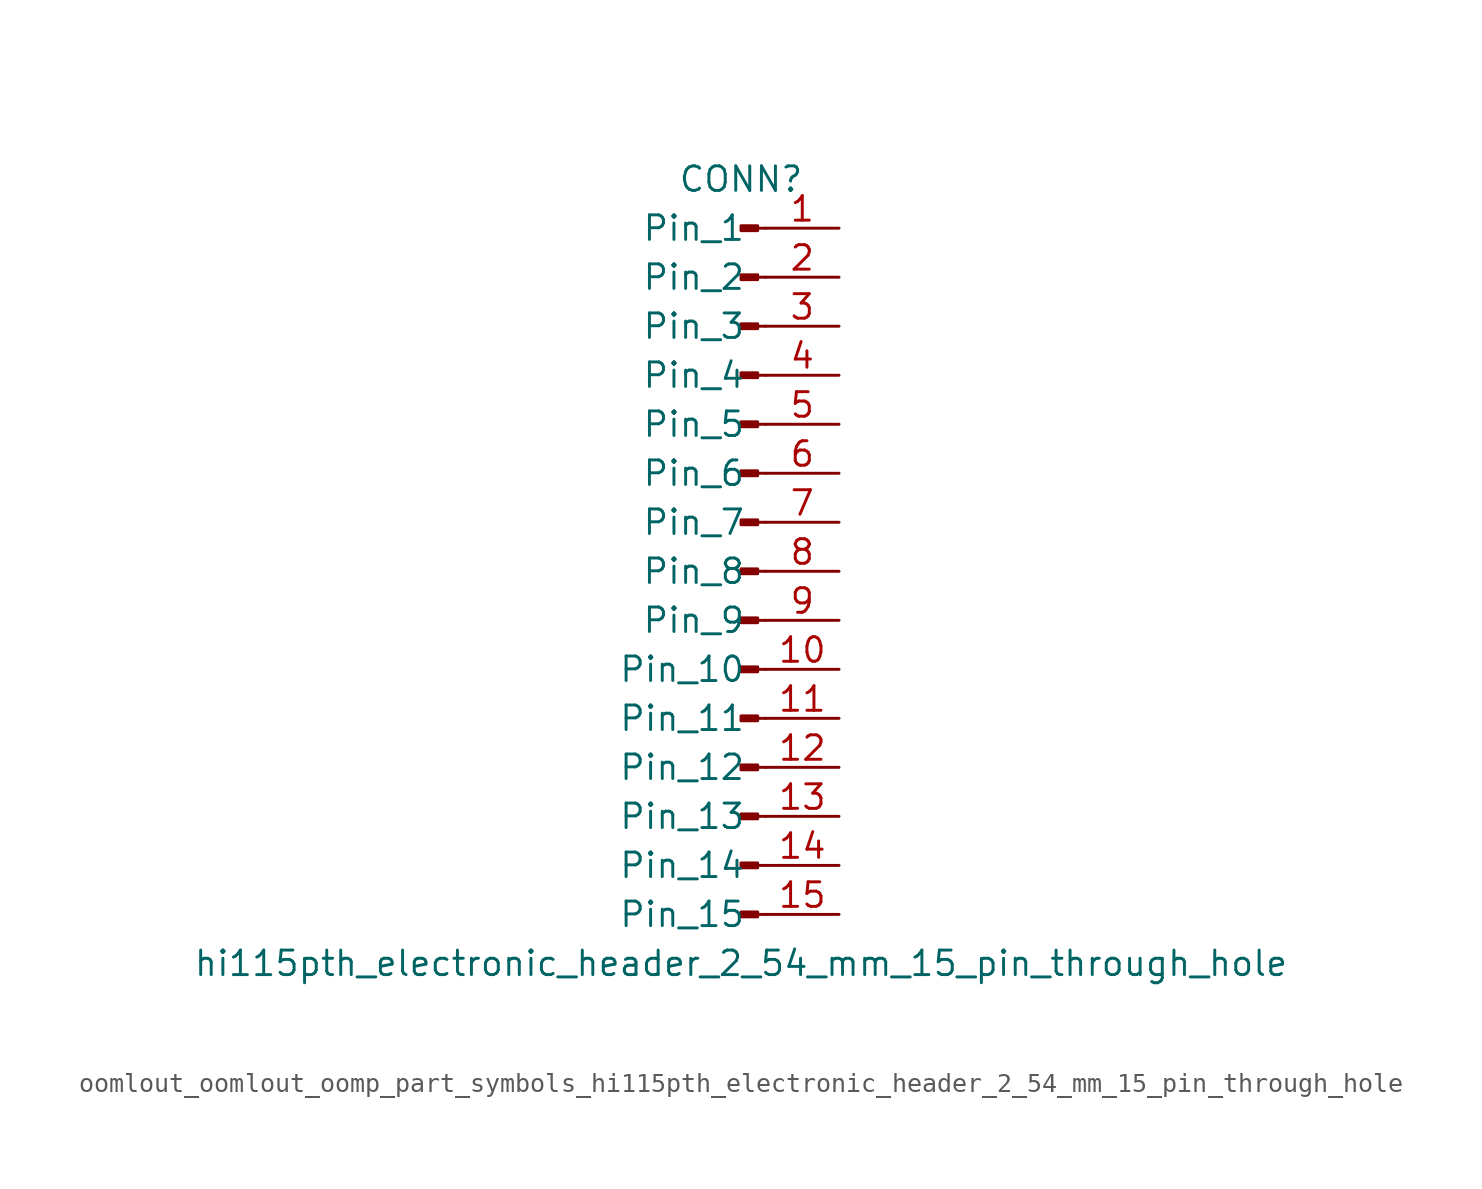
<source format=kicad_sym>
(kicad_symbol_lib
  (version 20220914)
  (generator kicad_symbol_editor)
  (symbol "oomlout_oomlout_oomp_part_symbols_hi115pth_electronic_header_2_54_mm_15_pin_through_hole"
    (pin_names
      (offset 1.016))
    (property "Reference" "CONN"
      (at 0 20.32 0)
      (effects (font (size 1.27 1.27))))
    (property "Value" "hi115pth_electronic_header_2_54_mm_15_pin_through_hole"
      (at 0 -20.32 0)
      (effects (font (size 1.27 1.27))))
    (property "ki_locked" ""
      (at 0 0 0)
      (effects (font (size 1.27 1.27))))
    (symbol "oomlout_oomlout_oomp_part_symbols_hi115pth_electronic_header_2_54_mm_15_pin_through_hole_1_1"
      (polyline (pts (xy 1.27 -17.78) (xy 0.864 -17.78)) (stroke (width 0.152) (type default)) (fill (type none)))
      (polyline (pts (xy 1.27 -15.24) (xy 0.864 -15.24)) (stroke (width 0.152) (type default)) (fill (type none)))
      (polyline (pts (xy 1.27 -12.7) (xy 0.864 -12.7)) (stroke (width 0.152) (type default)) (fill (type none)))
      (polyline (pts (xy 1.27 -10.16) (xy 0.864 -10.16)) (stroke (width 0.152) (type default)) (fill (type none)))
      (polyline (pts (xy 1.27 -7.62) (xy 0.864 -7.62)) (stroke (width 0.152) (type default)) (fill (type none)))
      (polyline (pts (xy 1.27 -5.08) (xy 0.864 -5.08)) (stroke (width 0.152) (type default)) (fill (type none)))
      (polyline (pts (xy 1.27 -2.54) (xy 0.864 -2.54)) (stroke (width 0.152) (type default)) (fill (type none)))
      (polyline (pts (xy 1.27 0) (xy 0.864 0)) (stroke (width 0.152) (type default)) (fill (type none)))
      (polyline (pts (xy 1.27 2.54) (xy 0.864 2.54)) (stroke (width 0.152) (type default)) (fill (type none)))
      (polyline (pts (xy 1.27 5.08) (xy 0.864 5.08)) (stroke (width 0.152) (type default)) (fill (type none)))
      (polyline (pts (xy 1.27 7.62) (xy 0.864 7.62)) (stroke (width 0.152) (type default)) (fill (type none)))
      (polyline (pts (xy 1.27 10.16) (xy 0.864 10.16)) (stroke (width 0.152) (type default)) (fill (type none)))
      (polyline (pts (xy 1.27 12.7) (xy 0.864 12.7)) (stroke (width 0.152) (type default)) (fill (type none)))
      (polyline (pts (xy 1.27 15.24) (xy 0.864 15.24)) (stroke (width 0.152) (type default)) (fill (type none)))
      (polyline (pts (xy 1.27 17.78) (xy 0.864 17.78)) (stroke (width 0.152) (type default)) (fill (type none)))
      (rectangle (start 0.864 -17.653) (end 0 -17.907) (stroke (width 0.152) (type default)) (fill (type outline)))
      (rectangle (start 0.864 -15.113) (end 0 -15.367) (stroke (width 0.152) (type default)) (fill (type outline)))
      (rectangle (start 0.864 -12.573) (end 0 -12.827) (stroke (width 0.152) (type default)) (fill (type outline)))
      (rectangle (start 0.864 -10.033) (end 0 -10.287) (stroke (width 0.152) (type default)) (fill (type outline)))
      (rectangle (start 0.864 -7.493) (end 0 -7.747) (stroke (width 0.152) (type default)) (fill (type outline)))
      (rectangle (start 0.864 -4.953) (end 0 -5.207) (stroke (width 0.152) (type default)) (fill (type outline)))
      (rectangle (start 0.864 -2.413) (end 0 -2.667) (stroke (width 0.152) (type default)) (fill (type outline)))
      (rectangle (start 0.864 0.127) (end 0 -0.127) (stroke (width 0.152) (type default)) (fill (type outline)))
      (rectangle (start 0.864 2.667) (end 0 2.413) (stroke (width 0.152) (type default)) (fill (type outline)))
      (rectangle (start 0.864 5.207) (end 0 4.953) (stroke (width 0.152) (type default)) (fill (type outline)))
      (rectangle (start 0.864 7.747) (end 0 7.493) (stroke (width 0.152) (type default)) (fill (type outline)))
      (rectangle (start 0.864 10.287) (end 0 10.033) (stroke (width 0.152) (type default)) (fill (type outline)))
      (rectangle (start 0.864 12.827) (end 0 12.573) (stroke (width 0.152) (type default)) (fill (type outline)))
      (rectangle (start 0.864 15.367) (end 0 15.113) (stroke (width 0.152) (type default)) (fill (type outline)))
      (rectangle (start 0.864 17.907) (end 0 17.653) (stroke (width 0.152) (type default)) (fill (type outline)))
      (pin passive line (at 5.08 17.78 180) (length 3.81) (name "Pin_1" (effects (font (size 1.27 1.27)))) (number "1" (effects (font (size 1.27 1.27)))))
      (pin passive line (at 5.08 -5.08 180) (length 3.81) (name "Pin_10" (effects (font (size 1.27 1.27)))) (number "10" (effects (font (size 1.27 1.27)))))
      (pin passive line (at 5.08 -7.62 180) (length 3.81) (name "Pin_11" (effects (font (size 1.27 1.27)))) (number "11" (effects (font (size 1.27 1.27)))))
      (pin passive line (at 5.08 -10.16 180) (length 3.81) (name "Pin_12" (effects (font (size 1.27 1.27)))) (number "12" (effects (font (size 1.27 1.27)))))
      (pin passive line (at 5.08 -12.7 180) (length 3.81) (name "Pin_13" (effects (font (size 1.27 1.27)))) (number "13" (effects (font (size 1.27 1.27)))))
      (pin passive line (at 5.08 -15.24 180) (length 3.81) (name "Pin_14" (effects (font (size 1.27 1.27)))) (number "14" (effects (font (size 1.27 1.27)))))
      (pin passive line (at 5.08 -17.78 180) (length 3.81) (name "Pin_15" (effects (font (size 1.27 1.27)))) (number "15" (effects (font (size 1.27 1.27)))))
      (pin passive line (at 5.08 15.24 180) (length 3.81) (name "Pin_2" (effects (font (size 1.27 1.27)))) (number "2" (effects (font (size 1.27 1.27)))))
      (pin passive line (at 5.08 12.7 180) (length 3.81) (name "Pin_3" (effects (font (size 1.27 1.27)))) (number "3" (effects (font (size 1.27 1.27)))))
      (pin passive line (at 5.08 10.16 180) (length 3.81) (name "Pin_4" (effects (font (size 1.27 1.27)))) (number "4" (effects (font (size 1.27 1.27)))))
      (pin passive line (at 5.08 7.62 180) (length 3.81) (name "Pin_5" (effects (font (size 1.27 1.27)))) (number "5" (effects (font (size 1.27 1.27)))))
      (pin passive line (at 5.08 5.08 180) (length 3.81) (name "Pin_6" (effects (font (size 1.27 1.27)))) (number "6" (effects (font (size 1.27 1.27)))))
      (pin passive line (at 5.08 2.54 180) (length 3.81) (name "Pin_7" (effects (font (size 1.27 1.27)))) (number "7" (effects (font (size 1.27 1.27)))))
      (pin passive line (at 5.08 0 180) (length 3.81) (name "Pin_8" (effects (font (size 1.27 1.27)))) (number "8" (effects (font (size 1.27 1.27)))))
      (pin passive line (at 5.08 -2.54 180) (length 3.81) (name "Pin_9" (effects (font (size 1.27 1.27)))) (number "9" (effects (font (size 1.27 1.27))))))))
</source>
